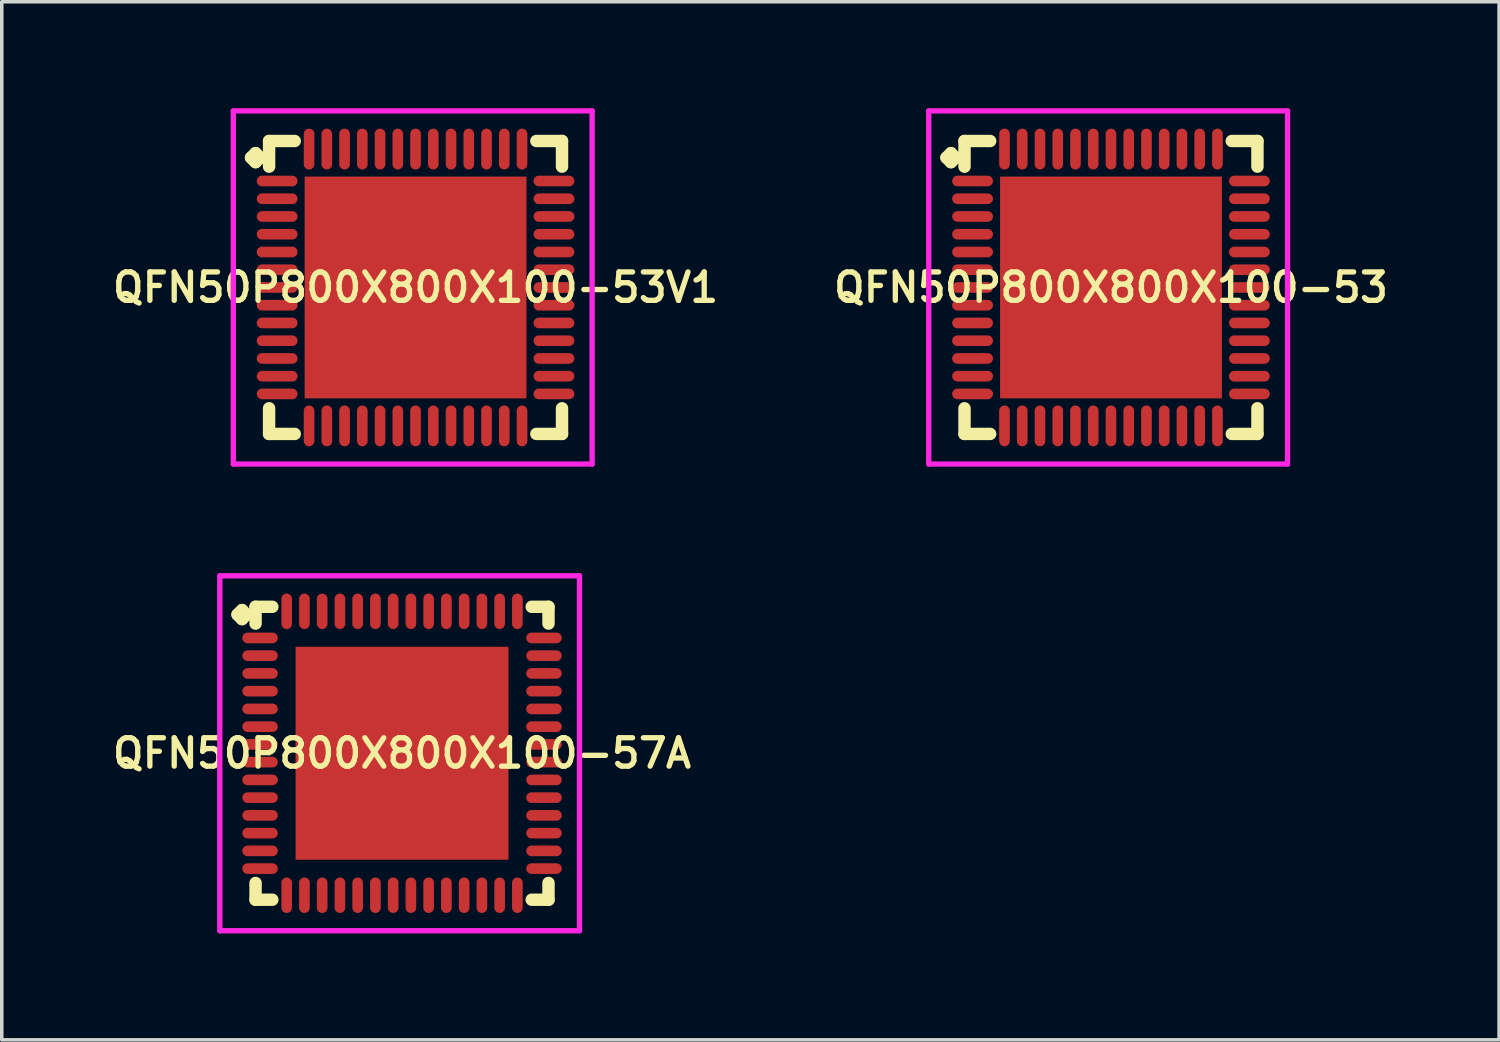
<source format=kicad_pcb>
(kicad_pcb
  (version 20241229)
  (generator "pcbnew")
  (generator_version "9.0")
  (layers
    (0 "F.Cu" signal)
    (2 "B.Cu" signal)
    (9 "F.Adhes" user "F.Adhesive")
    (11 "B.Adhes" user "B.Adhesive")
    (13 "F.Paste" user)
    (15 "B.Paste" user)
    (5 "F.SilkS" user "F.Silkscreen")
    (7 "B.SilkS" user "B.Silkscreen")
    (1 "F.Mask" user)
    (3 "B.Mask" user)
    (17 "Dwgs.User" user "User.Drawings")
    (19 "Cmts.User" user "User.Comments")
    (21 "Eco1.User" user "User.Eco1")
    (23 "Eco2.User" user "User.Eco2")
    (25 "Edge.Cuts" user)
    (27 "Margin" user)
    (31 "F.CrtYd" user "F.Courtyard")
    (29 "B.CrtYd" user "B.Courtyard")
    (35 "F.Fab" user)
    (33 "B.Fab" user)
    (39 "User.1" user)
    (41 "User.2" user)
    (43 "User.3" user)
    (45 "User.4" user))
  (footprint "QFN50P800X800X100-57A"
    (layer "F.Cu")
    (at 8.278 18.175)
    (property "Reference" "QFN50P800X800X100-57A" (at 0 0 0) (layer "F.SilkS") (effects (font (size 0.8 0.8) (thickness 0.15))))
    (attr smd)
    (fp_line (start -4.635 -3.908) (end -4.508 -4.035) (stroke (width 0.35) (type solid)) (layer "F.SilkS"))
    (fp_line (start -4.508 -4.035) (end -4.381 -3.908) (stroke (width 0.35) (type solid)) (layer "F.SilkS"))
    (fp_line (start -4.508 -3.781) (end -4.635 -3.908) (stroke (width 0.35) (type solid)) (layer "F.SilkS"))
    (fp_line (start -4.381 -3.908) (end -4.508 -3.781) (stroke (width 0.35) (type solid)) (layer "F.SilkS"))
    (fp_line (start -4.127 -4.127) (end -3.654 -4.127) (stroke (width 0.35) (type solid)) (layer "F.SilkS"))
    (fp_line (start -4.127 -3.654) (end -4.127 -4.127) (stroke (width 0.35) (type solid)) (layer "F.SilkS"))
    (fp_line (start -4.127 3.654) (end -4.127 4.127) (stroke (width 0.35) (type solid)) (layer "F.SilkS"))
    (fp_line (start -4.127 4.127) (end -3.654 4.127) (stroke (width 0.35) (type solid)) (layer "F.SilkS"))
    (fp_line (start 3.654 -4.127) (end 4.127 -4.127) (stroke (width 0.35) (type solid)) (layer "F.SilkS"))
    (fp_line (start 3.654 4.127) (end 4.127 4.127) (stroke (width 0.35) (type solid)) (layer "F.SilkS"))
    (fp_line (start 4.127 -4.127) (end 4.127 -3.654) (stroke (width 0.35) (type solid)) (layer "F.SilkS"))
    (fp_line (start 4.127 4.127) (end 4.127 3.654) (stroke (width 0.35) (type solid)) (layer "F.SilkS"))
    (fp_line (start -5.135 -5) (end 5 -5) (stroke (width 0.15) (type solid)) (layer "F.CrtYd"))
    (fp_line (start -5.135 5) (end -5.135 -5) (stroke (width 0.15) (type solid)) (layer "F.CrtYd"))
    (fp_line (start 5 -5) (end 5 5) (stroke (width 0.15) (type solid)) (layer "F.CrtYd"))
    (fp_line (start 5 5) (end -5.135 5) (stroke (width 0.15) (type solid)) (layer "F.CrtYd"))
    (pad "1" smd oval (at -4 -3.25) (size 1 0.3) (layers "F.Cu" "F.Mask" "F.Paste"))
    (pad "2" smd oval (at -4 -2.75) (size 1 0.3) (layers "F.Cu" "F.Mask" "F.Paste"))
    (pad "3" smd oval (at -4 -2.25) (size 1 0.3) (layers "F.Cu" "F.Mask" "F.Paste"))
    (pad "4" smd oval (at -4 -1.75) (size 1 0.3) (layers "F.Cu" "F.Mask" "F.Paste"))
    (pad "5" smd oval (at -4 -1.25) (size 1 0.3) (layers "F.Cu" "F.Mask" "F.Paste"))
    (pad "6" smd oval (at -4 -0.75) (size 1 0.3) (layers "F.Cu" "F.Mask" "F.Paste"))
    (pad "7" smd oval (at -4 -0.25) (size 1 0.3) (layers "F.Cu" "F.Mask" "F.Paste"))
    (pad "8" smd oval (at -4 0.25) (size 1 0.3) (layers "F.Cu" "F.Mask" "F.Paste"))
    (pad "9" smd oval (at -4 0.75) (size 1 0.3) (layers "F.Cu" "F.Mask" "F.Paste"))
    (pad "10" smd oval (at -4 1.25) (size 1 0.3) (layers "F.Cu" "F.Mask" "F.Paste"))
    (pad "11" smd oval (at -4 1.75) (size 1 0.3) (layers "F.Cu" "F.Mask" "F.Paste"))
    (pad "12" smd oval (at -4 2.25) (size 1 0.3) (layers "F.Cu" "F.Mask" "F.Paste"))
    (pad "13" smd oval (at -4 2.75) (size 1 0.3) (layers "F.Cu" "F.Mask" "F.Paste"))
    (pad "14" smd oval (at -4 3.25) (size 1 0.3) (layers "F.Cu" "F.Mask" "F.Paste"))
    (pad "15" smd oval (at -3.25 4) (size 0.3 1) (layers "F.Cu" "F.Mask" "F.Paste"))
    (pad "16" smd oval (at -2.75 4) (size 0.3 1) (layers "F.Cu" "F.Mask" "F.Paste"))
    (pad "17" smd oval (at -2.25 4) (size 0.3 1) (layers "F.Cu" "F.Mask" "F.Paste"))
    (pad "18" smd oval (at -1.75 4) (size 0.3 1) (layers "F.Cu" "F.Mask" "F.Paste"))
    (pad "19" smd oval (at -1.25 4) (size 0.3 1) (layers "F.Cu" "F.Mask" "F.Paste"))
    (pad "20" smd oval (at -0.75 4) (size 0.3 1) (layers "F.Cu" "F.Mask" "F.Paste"))
    (pad "21" smd oval (at -0.25 4) (size 0.3 1) (layers "F.Cu" "F.Mask" "F.Paste"))
    (pad "22" smd oval (at 0.25 4) (size 0.3 1) (layers "F.Cu" "F.Mask" "F.Paste"))
    (pad "23" smd oval (at 0.75 4) (size 0.3 1) (layers "F.Cu" "F.Mask" "F.Paste"))
    (pad "24" smd oval (at 1.25 4) (size 0.3 1) (layers "F.Cu" "F.Mask" "F.Paste"))
    (pad "25" smd oval (at 1.75 4) (size 0.3 1) (layers "F.Cu" "F.Mask" "F.Paste"))
    (pad "26" smd oval (at 2.25 4) (size 0.3 1) (layers "F.Cu" "F.Mask" "F.Paste"))
    (pad "27" smd oval (at 2.75 4) (size 0.3 1) (layers "F.Cu" "F.Mask" "F.Paste"))
    (pad "28" smd oval (at 3.25 4) (size 0.3 1) (layers "F.Cu" "F.Mask" "F.Paste"))
    (pad "29" smd oval (at 4 3.25) (size 1 0.3) (layers "F.Cu" "F.Mask" "F.Paste"))
    (pad "30" smd oval (at 4 2.75) (size 1 0.3) (layers "F.Cu" "F.Mask" "F.Paste"))
    (pad "31" smd oval (at 4 2.25) (size 1 0.3) (layers "F.Cu" "F.Mask" "F.Paste"))
    (pad "32" smd oval (at 4 1.75) (size 1 0.3) (layers "F.Cu" "F.Mask" "F.Paste"))
    (pad "33" smd oval (at 4 1.25) (size 1 0.3) (layers "F.Cu" "F.Mask" "F.Paste"))
    (pad "34" smd oval (at 4 0.75) (size 1 0.3) (layers "F.Cu" "F.Mask" "F.Paste"))
    (pad "35" smd oval (at 4 0.25) (size 1 0.3) (layers "F.Cu" "F.Mask" "F.Paste"))
    (pad "36" smd oval (at 4 -0.25) (size 1 0.3) (layers "F.Cu" "F.Mask" "F.Paste"))
    (pad "37" smd oval (at 4 -0.75) (size 1 0.3) (layers "F.Cu" "F.Mask" "F.Paste"))
    (pad "38" smd oval (at 4 -1.25) (size 1 0.3) (layers "F.Cu" "F.Mask" "F.Paste"))
    (pad "39" smd oval (at 4 -1.75) (size 1 0.3) (layers "F.Cu" "F.Mask" "F.Paste"))
    (pad "40" smd oval (at 4 -2.25) (size 1 0.3) (layers "F.Cu" "F.Mask" "F.Paste"))
    (pad "41" smd oval (at 4 -2.75) (size 1 0.3) (layers "F.Cu" "F.Mask" "F.Paste"))
    (pad "42" smd oval (at 4 -3.25) (size 1 0.3) (layers "F.Cu" "F.Mask" "F.Paste"))
    (pad "43" smd oval (at 3.25 -4) (size 0.3 1) (layers "F.Cu" "F.Mask" "F.Paste"))
    (pad "44" smd oval (at 2.75 -4) (size 0.3 1) (layers "F.Cu" "F.Mask" "F.Paste"))
    (pad "45" smd oval (at 2.25 -4) (size 0.3 1) (layers "F.Cu" "F.Mask" "F.Paste"))
    (pad "46" smd oval (at 1.75 -4) (size 0.3 1) (layers "F.Cu" "F.Mask" "F.Paste"))
    (pad "47" smd oval (at 1.25 -4) (size 0.3 1) (layers "F.Cu" "F.Mask" "F.Paste"))
    (pad "48" smd oval (at 0.75 -4) (size 0.3 1) (layers "F.Cu" "F.Mask" "F.Paste"))
    (pad "49" smd oval (at 0.25 -4) (size 0.3 1) (layers "F.Cu" "F.Mask" "F.Paste"))
    (pad "50" smd oval (at -0.25 -4) (size 0.3 1) (layers "F.Cu" "F.Mask" "F.Paste"))
    (pad "51" smd oval (at -0.75 -4) (size 0.3 1) (layers "F.Cu" "F.Mask" "F.Paste"))
    (pad "52" smd oval (at -1.25 -4) (size 0.3 1) (layers "F.Cu" "F.Mask" "F.Paste"))
    (pad "53" smd oval (at -1.75 -4) (size 0.3 1) (layers "F.Cu" "F.Mask" "F.Paste"))
    (pad "54" smd oval (at -2.25 -4) (size 0.3 1) (layers "F.Cu" "F.Mask" "F.Paste"))
    (pad "55" smd oval (at -2.75 -4) (size 0.3 1) (layers "F.Cu" "F.Mask" "F.Paste"))
    (pad "56" smd oval (at -3.25 -4) (size 0.3 1) (layers "F.Cu" "F.Mask" "F.Paste"))
    (pad "57" smd rect (at 0 0) (size 6 6) (layers "F.Cu" "F.Mask" "F.Paste")))
  (footprint "QFN50P800X800X100-53V1"
    (layer "F.Cu")
    (at 8.659 5.05)
    (property "Reference" "QFN50P800X800X100-53V1" (at 0 0 0) (layer "F.SilkS") (effects (font (size 0.8 0.8) (thickness 0.15))))
    (attr smd)
    (fp_line (start -4.635 -3.658) (end -4.508 -3.785) (stroke (width 0.35) (type solid)) (layer "F.SilkS"))
    (fp_line (start -4.508 -3.785) (end -4.381 -3.658) (stroke (width 0.35) (type solid)) (layer "F.SilkS"))
    (fp_line (start -4.508 -3.531) (end -4.635 -3.658) (stroke (width 0.35) (type solid)) (layer "F.SilkS"))
    (fp_line (start -4.381 -3.658) (end -4.508 -3.531) (stroke (width 0.35) (type solid)) (layer "F.SilkS"))
    (fp_line (start -4.127 -4.127) (end -3.404 -4.127) (stroke (width 0.35) (type solid)) (layer "F.SilkS"))
    (fp_line (start -4.127 -3.404) (end -4.127 -4.127) (stroke (width 0.35) (type solid)) (layer "F.SilkS"))
    (fp_line (start -4.127 3.404) (end -4.127 4.127) (stroke (width 0.35) (type solid)) (layer "F.SilkS"))
    (fp_line (start -4.127 4.127) (end -3.404 4.127) (stroke (width 0.35) (type solid)) (layer "F.SilkS"))
    (fp_line (start 3.404 -4.127) (end 4.127 -4.127) (stroke (width 0.35) (type solid)) (layer "F.SilkS"))
    (fp_line (start 3.404 4.127) (end 4.127 4.127) (stroke (width 0.35) (type solid)) (layer "F.SilkS"))
    (fp_line (start 4.127 -4.127) (end 4.127 -3.404) (stroke (width 0.35) (type solid)) (layer "F.SilkS"))
    (fp_line (start 4.127 4.127) (end 4.127 3.404) (stroke (width 0.35) (type solid)) (layer "F.SilkS"))
    (fp_line (start -5.135 -4.975) (end 4.975 -4.975) (stroke (width 0.15) (type solid)) (layer "F.CrtYd"))
    (fp_line (start -5.135 4.975) (end -5.135 -4.975) (stroke (width 0.15) (type solid)) (layer "F.CrtYd"))
    (fp_line (start 4.975 -4.975) (end 4.975 4.975) (stroke (width 0.15) (type solid)) (layer "F.CrtYd"))
    (fp_line (start 4.975 4.975) (end -5.135 4.975) (stroke (width 0.15) (type solid)) (layer "F.CrtYd"))
    (pad "1" smd oval (at -3.9 -3) (size 1.15 0.3) (layers "F.Cu" "F.Mask" "F.Paste"))
    (pad "2" smd oval (at -3.9 -2.5) (size 1.15 0.3) (layers "F.Cu" "F.Mask" "F.Paste"))
    (pad "3" smd oval (at -3.9 -2) (size 1.15 0.3) (layers "F.Cu" "F.Mask" "F.Paste"))
    (pad "4" smd oval (at -3.9 -1.5) (size 1.15 0.3) (layers "F.Cu" "F.Mask" "F.Paste"))
    (pad "5" smd oval (at -3.9 -1) (size 1.15 0.3) (layers "F.Cu" "F.Mask" "F.Paste"))
    (pad "6" smd oval (at -3.9 -0.5) (size 1.15 0.3) (layers "F.Cu" "F.Mask" "F.Paste"))
    (pad "7" smd oval (at -3.9 0) (size 1.15 0.3) (layers "F.Cu" "F.Mask" "F.Paste"))
    (pad "8" smd oval (at -3.9 0.5) (size 1.15 0.3) (layers "F.Cu" "F.Mask" "F.Paste"))
    (pad "9" smd oval (at -3.9 1) (size 1.15 0.3) (layers "F.Cu" "F.Mask" "F.Paste"))
    (pad "10" smd oval (at -3.9 1.5) (size 1.15 0.3) (layers "F.Cu" "F.Mask" "F.Paste"))
    (pad "11" smd oval (at -3.9 2) (size 1.15 0.3) (layers "F.Cu" "F.Mask" "F.Paste"))
    (pad "12" smd oval (at -3.9 2.5) (size 1.15 0.3) (layers "F.Cu" "F.Mask" "F.Paste"))
    (pad "13" smd oval (at -3.9 3) (size 1.15 0.3) (layers "F.Cu" "F.Mask" "F.Paste"))
    (pad "14" smd oval (at -3 3.9) (size 0.3 1.15) (layers "F.Cu" "F.Mask" "F.Paste"))
    (pad "15" smd oval (at -2.5 3.9) (size 0.3 1.15) (layers "F.Cu" "F.Mask" "F.Paste"))
    (pad "16" smd oval (at -2 3.9) (size 0.3 1.15) (layers "F.Cu" "F.Mask" "F.Paste"))
    (pad "17" smd oval (at -1.5 3.9) (size 0.3 1.15) (layers "F.Cu" "F.Mask" "F.Paste"))
    (pad "18" smd oval (at -1 3.9) (size 0.3 1.15) (layers "F.Cu" "F.Mask" "F.Paste"))
    (pad "19" smd oval (at -0.5 3.9) (size 0.3 1.15) (layers "F.Cu" "F.Mask" "F.Paste"))
    (pad "20" smd oval (at 0 3.9) (size 0.3 1.15) (layers "F.Cu" "F.Mask" "F.Paste"))
    (pad "21" smd oval (at 0.5 3.9) (size 0.3 1.15) (layers "F.Cu" "F.Mask" "F.Paste"))
    (pad "22" smd oval (at 1 3.9) (size 0.3 1.15) (layers "F.Cu" "F.Mask" "F.Paste"))
    (pad "23" smd oval (at 1.5 3.9) (size 0.3 1.15) (layers "F.Cu" "F.Mask" "F.Paste"))
    (pad "24" smd oval (at 2 3.9) (size 0.3 1.15) (layers "F.Cu" "F.Mask" "F.Paste"))
    (pad "25" smd oval (at 2.5 3.9) (size 0.3 1.15) (layers "F.Cu" "F.Mask" "F.Paste"))
    (pad "26" smd oval (at 3 3.9) (size 0.3 1.15) (layers "F.Cu" "F.Mask" "F.Paste"))
    (pad "27" smd oval (at 3.9 3) (size 1.15 0.3) (layers "F.Cu" "F.Mask" "F.Paste"))
    (pad "28" smd oval (at 3.9 2.5) (size 1.15 0.3) (layers "F.Cu" "F.Mask" "F.Paste"))
    (pad "29" smd oval (at 3.9 2) (size 1.15 0.3) (layers "F.Cu" "F.Mask" "F.Paste"))
    (pad "30" smd oval (at 3.9 1.5) (size 1.15 0.3) (layers "F.Cu" "F.Mask" "F.Paste"))
    (pad "31" smd oval (at 3.9 1) (size 1.15 0.3) (layers "F.Cu" "F.Mask" "F.Paste"))
    (pad "32" smd oval (at 3.9 0.5) (size 1.15 0.3) (layers "F.Cu" "F.Mask" "F.Paste"))
    (pad "33" smd oval (at 3.9 0) (size 1.15 0.3) (layers "F.Cu" "F.Mask" "F.Paste"))
    (pad "34" smd oval (at 3.9 -0.5) (size 1.15 0.3) (layers "F.Cu" "F.Mask" "F.Paste"))
    (pad "35" smd oval (at 3.9 -1) (size 1.15 0.3) (layers "F.Cu" "F.Mask" "F.Paste"))
    (pad "36" smd oval (at 3.9 -1.5) (size 1.15 0.3) (layers "F.Cu" "F.Mask" "F.Paste"))
    (pad "37" smd oval (at 3.9 -2) (size 1.15 0.3) (layers "F.Cu" "F.Mask" "F.Paste"))
    (pad "38" smd oval (at 3.9 -2.5) (size 1.15 0.3) (layers "F.Cu" "F.Mask" "F.Paste"))
    (pad "39" smd oval (at 3.9 -3) (size 1.15 0.3) (layers "F.Cu" "F.Mask" "F.Paste"))
    (pad "40" smd oval (at 3 -3.9) (size 0.3 1.15) (layers "F.Cu" "F.Mask" "F.Paste"))
    (pad "41" smd oval (at 2.5 -3.9) (size 0.3 1.15) (layers "F.Cu" "F.Mask" "F.Paste"))
    (pad "42" smd oval (at 2 -3.9) (size 0.3 1.15) (layers "F.Cu" "F.Mask" "F.Paste"))
    (pad "43" smd oval (at 1.5 -3.9) (size 0.3 1.15) (layers "F.Cu" "F.Mask" "F.Paste"))
    (pad "44" smd oval (at 1 -3.9) (size 0.3 1.15) (layers "F.Cu" "F.Mask" "F.Paste"))
    (pad "45" smd oval (at 0.5 -3.9) (size 0.3 1.15) (layers "F.Cu" "F.Mask" "F.Paste"))
    (pad "46" smd oval (at 0 -3.9) (size 0.3 1.15) (layers "F.Cu" "F.Mask" "F.Paste"))
    (pad "47" smd oval (at -0.5 -3.9) (size 0.3 1.15) (layers "F.Cu" "F.Mask" "F.Paste"))
    (pad "48" smd oval (at -1 -3.9) (size 0.3 1.15) (layers "F.Cu" "F.Mask" "F.Paste"))
    (pad "49" smd oval (at -1.5 -3.9) (size 0.3 1.15) (layers "F.Cu" "F.Mask" "F.Paste"))
    (pad "50" smd oval (at -2 -3.9) (size 0.3 1.15) (layers "F.Cu" "F.Mask" "F.Paste"))
    (pad "51" smd oval (at -2.5 -3.9) (size 0.3 1.15) (layers "F.Cu" "F.Mask" "F.Paste"))
    (pad "52" smd oval (at -3 -3.9) (size 0.3 1.15) (layers "F.Cu" "F.Mask" "F.Paste"))
    (pad "53" smd rect (at 0 0) (size 6.25 6.25) (layers "F.Cu" "F.Mask" "F.Paste")))
  (footprint "QFN50P800X800X100-53"
    (layer "F.Cu")
    (at 28.254 5.05)
    (property "Reference" "QFN50P800X800X100-53" (at 0 0 0) (layer "F.SilkS") (effects (font (size 0.8 0.8) (thickness 0.15))))
    (attr smd)
    (fp_line (start -4.635 -3.658) (end -4.508 -3.785) (stroke (width 0.35) (type solid)) (layer "F.SilkS"))
    (fp_line (start -4.508 -3.785) (end -4.381 -3.658) (stroke (width 0.35) (type solid)) (layer "F.SilkS"))
    (fp_line (start -4.508 -3.531) (end -4.635 -3.658) (stroke (width 0.35) (type solid)) (layer "F.SilkS"))
    (fp_line (start -4.381 -3.658) (end -4.508 -3.531) (stroke (width 0.35) (type solid)) (layer "F.SilkS"))
    (fp_line (start -4.127 -4.127) (end -3.404 -4.127) (stroke (width 0.35) (type solid)) (layer "F.SilkS"))
    (fp_line (start -4.127 -3.404) (end -4.127 -4.127) (stroke (width 0.35) (type solid)) (layer "F.SilkS"))
    (fp_line (start -4.127 3.404) (end -4.127 4.127) (stroke (width 0.35) (type solid)) (layer "F.SilkS"))
    (fp_line (start -4.127 4.127) (end -3.404 4.127) (stroke (width 0.35) (type solid)) (layer "F.SilkS"))
    (fp_line (start 3.404 -4.127) (end 4.127 -4.127) (stroke (width 0.35) (type solid)) (layer "F.SilkS"))
    (fp_line (start 3.404 4.127) (end 4.127 4.127) (stroke (width 0.35) (type solid)) (layer "F.SilkS"))
    (fp_line (start 4.127 -4.127) (end 4.127 -3.404) (stroke (width 0.35) (type solid)) (layer "F.SilkS"))
    (fp_line (start 4.127 4.127) (end 4.127 3.404) (stroke (width 0.35) (type solid)) (layer "F.SilkS"))
    (fp_line (start -5.135 -4.975) (end 4.975 -4.975) (stroke (width 0.15) (type solid)) (layer "F.CrtYd"))
    (fp_line (start -5.135 4.975) (end -5.135 -4.975) (stroke (width 0.15) (type solid)) (layer "F.CrtYd"))
    (fp_line (start 4.975 -4.975) (end 4.975 4.975) (stroke (width 0.15) (type solid)) (layer "F.CrtYd"))
    (fp_line (start 4.975 4.975) (end -5.135 4.975) (stroke (width 0.15) (type solid)) (layer "F.CrtYd"))
    (pad "1" smd oval (at -3.9 -3) (size 1.15 0.3) (layers "F.Cu" "F.Mask" "F.Paste"))
    (pad "2" smd oval (at -3.9 -2.5) (size 1.15 0.3) (layers "F.Cu" "F.Mask" "F.Paste"))
    (pad "3" smd oval (at -3.9 -2) (size 1.15 0.3) (layers "F.Cu" "F.Mask" "F.Paste"))
    (pad "4" smd oval (at -3.9 -1.5) (size 1.15 0.3) (layers "F.Cu" "F.Mask" "F.Paste"))
    (pad "5" smd oval (at -3.9 -1) (size 1.15 0.3) (layers "F.Cu" "F.Mask" "F.Paste"))
    (pad "6" smd oval (at -3.9 -0.5) (size 1.15 0.3) (layers "F.Cu" "F.Mask" "F.Paste"))
    (pad "7" smd oval (at -3.9 0) (size 1.15 0.3) (layers "F.Cu" "F.Mask" "F.Paste"))
    (pad "8" smd oval (at -3.9 0.5) (size 1.15 0.3) (layers "F.Cu" "F.Mask" "F.Paste"))
    (pad "9" smd oval (at -3.9 1) (size 1.15 0.3) (layers "F.Cu" "F.Mask" "F.Paste"))
    (pad "10" smd oval (at -3.9 1.5) (size 1.15 0.3) (layers "F.Cu" "F.Mask" "F.Paste"))
    (pad "11" smd oval (at -3.9 2) (size 1.15 0.3) (layers "F.Cu" "F.Mask" "F.Paste"))
    (pad "12" smd oval (at -3.9 2.5) (size 1.15 0.3) (layers "F.Cu" "F.Mask" "F.Paste"))
    (pad "13" smd oval (at -3.9 3) (size 1.15 0.3) (layers "F.Cu" "F.Mask" "F.Paste"))
    (pad "14" smd oval (at -3 3.9) (size 0.3 1.15) (layers "F.Cu" "F.Mask" "F.Paste"))
    (pad "15" smd oval (at -2.5 3.9) (size 0.3 1.15) (layers "F.Cu" "F.Mask" "F.Paste"))
    (pad "16" smd oval (at -2 3.9) (size 0.3 1.15) (layers "F.Cu" "F.Mask" "F.Paste"))
    (pad "17" smd oval (at -1.5 3.9) (size 0.3 1.15) (layers "F.Cu" "F.Mask" "F.Paste"))
    (pad "18" smd oval (at -1 3.9) (size 0.3 1.15) (layers "F.Cu" "F.Mask" "F.Paste"))
    (pad "19" smd oval (at -0.5 3.9) (size 0.3 1.15) (layers "F.Cu" "F.Mask" "F.Paste"))
    (pad "20" smd oval (at 0 3.9) (size 0.3 1.15) (layers "F.Cu" "F.Mask" "F.Paste"))
    (pad "21" smd oval (at 0.5 3.9) (size 0.3 1.15) (layers "F.Cu" "F.Mask" "F.Paste"))
    (pad "22" smd oval (at 1 3.9) (size 0.3 1.15) (layers "F.Cu" "F.Mask" "F.Paste"))
    (pad "23" smd oval (at 1.5 3.9) (size 0.3 1.15) (layers "F.Cu" "F.Mask" "F.Paste"))
    (pad "24" smd oval (at 2 3.9) (size 0.3 1.15) (layers "F.Cu" "F.Mask" "F.Paste"))
    (pad "25" smd oval (at 2.5 3.9) (size 0.3 1.15) (layers "F.Cu" "F.Mask" "F.Paste"))
    (pad "26" smd oval (at 3 3.9) (size 0.3 1.15) (layers "F.Cu" "F.Mask" "F.Paste"))
    (pad "27" smd oval (at 3.9 3) (size 1.15 0.3) (layers "F.Cu" "F.Mask" "F.Paste"))
    (pad "28" smd oval (at 3.9 2.5) (size 1.15 0.3) (layers "F.Cu" "F.Mask" "F.Paste"))
    (pad "29" smd oval (at 3.9 2) (size 1.15 0.3) (layers "F.Cu" "F.Mask" "F.Paste"))
    (pad "30" smd oval (at 3.9 1.5) (size 1.15 0.3) (layers "F.Cu" "F.Mask" "F.Paste"))
    (pad "31" smd oval (at 3.9 1) (size 1.15 0.3) (layers "F.Cu" "F.Mask" "F.Paste"))
    (pad "32" smd oval (at 3.9 0.5) (size 1.15 0.3) (layers "F.Cu" "F.Mask" "F.Paste"))
    (pad "33" smd oval (at 3.9 0) (size 1.15 0.3) (layers "F.Cu" "F.Mask" "F.Paste"))
    (pad "34" smd oval (at 3.9 -0.5) (size 1.15 0.3) (layers "F.Cu" "F.Mask" "F.Paste"))
    (pad "35" smd oval (at 3.9 -1) (size 1.15 0.3) (layers "F.Cu" "F.Mask" "F.Paste"))
    (pad "36" smd oval (at 3.9 -1.5) (size 1.15 0.3) (layers "F.Cu" "F.Mask" "F.Paste"))
    (pad "37" smd oval (at 3.9 -2) (size 1.15 0.3) (layers "F.Cu" "F.Mask" "F.Paste"))
    (pad "38" smd oval (at 3.9 -2.5) (size 1.15 0.3) (layers "F.Cu" "F.Mask" "F.Paste"))
    (pad "39" smd oval (at 3.9 -3) (size 1.15 0.3) (layers "F.Cu" "F.Mask" "F.Paste"))
    (pad "40" smd oval (at 3 -3.9) (size 0.3 1.15) (layers "F.Cu" "F.Mask" "F.Paste"))
    (pad "41" smd oval (at 2.5 -3.9) (size 0.3 1.15) (layers "F.Cu" "F.Mask" "F.Paste"))
    (pad "42" smd oval (at 2 -3.9) (size 0.3 1.15) (layers "F.Cu" "F.Mask" "F.Paste"))
    (pad "43" smd oval (at 1.5 -3.9) (size 0.3 1.15) (layers "F.Cu" "F.Mask" "F.Paste"))
    (pad "44" smd oval (at 1 -3.9) (size 0.3 1.15) (layers "F.Cu" "F.Mask" "F.Paste"))
    (pad "45" smd oval (at 0.5 -3.9) (size 0.3 1.15) (layers "F.Cu" "F.Mask" "F.Paste"))
    (pad "46" smd oval (at 0 -3.9) (size 0.3 1.15) (layers "F.Cu" "F.Mask" "F.Paste"))
    (pad "47" smd oval (at -0.5 -3.9) (size 0.3 1.15) (layers "F.Cu" "F.Mask" "F.Paste"))
    (pad "48" smd oval (at -1 -3.9) (size 0.3 1.15) (layers "F.Cu" "F.Mask" "F.Paste"))
    (pad "49" smd oval (at -1.5 -3.9) (size 0.3 1.15) (layers "F.Cu" "F.Mask" "F.Paste"))
    (pad "50" smd oval (at -2 -3.9) (size 0.3 1.15) (layers "F.Cu" "F.Mask" "F.Paste"))
    (pad "51" smd oval (at -2.5 -3.9) (size 0.3 1.15) (layers "F.Cu" "F.Mask" "F.Paste"))
    (pad "52" smd oval (at -3 -3.9) (size 0.3 1.15) (layers "F.Cu" "F.Mask" "F.Paste"))
    (pad "53" smd rect (at 0 0) (size 6.25 6.25) (layers "F.Cu" "F.Mask" "F.Paste")))
  (gr_rect
    (start -3 -3)
    (end 39.19 26.25)
    (stroke (width 0.1) (type default))
    (fill no)
    (layer "Edge.Cuts")))
</source>
